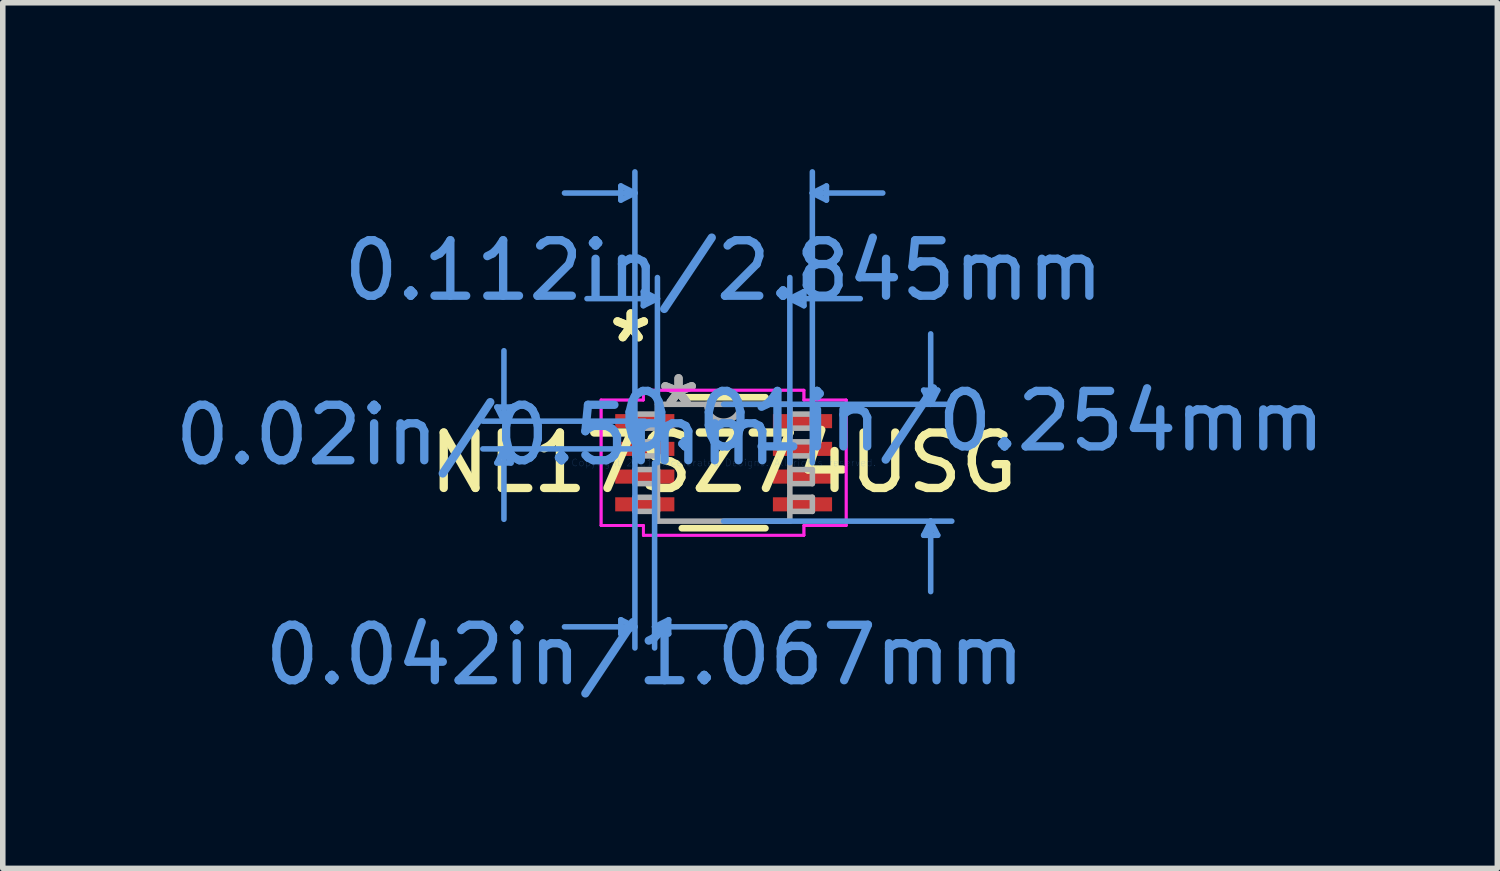
<source format=kicad_pcb>
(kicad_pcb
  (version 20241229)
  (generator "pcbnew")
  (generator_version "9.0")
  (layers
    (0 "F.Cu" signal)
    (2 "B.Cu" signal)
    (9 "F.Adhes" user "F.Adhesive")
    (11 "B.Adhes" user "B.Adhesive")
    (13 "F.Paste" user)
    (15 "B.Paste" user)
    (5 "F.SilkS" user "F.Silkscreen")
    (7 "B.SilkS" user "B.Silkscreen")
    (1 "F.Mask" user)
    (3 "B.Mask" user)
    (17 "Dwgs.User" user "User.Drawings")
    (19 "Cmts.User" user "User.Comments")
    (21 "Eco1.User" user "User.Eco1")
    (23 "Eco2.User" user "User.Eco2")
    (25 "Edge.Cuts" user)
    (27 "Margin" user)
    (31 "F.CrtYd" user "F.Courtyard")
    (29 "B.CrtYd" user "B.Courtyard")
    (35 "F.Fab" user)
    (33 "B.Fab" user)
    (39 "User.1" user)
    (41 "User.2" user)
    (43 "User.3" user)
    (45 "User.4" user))
  (footprint "NL17SZ74USG"
    (layer "F.Cu")
    (at 10 5.295)
    (property "Reference" "NL17SZ74USG" (at 0 0 0) (layer "F.SilkS") (effects (font (size 1 1) (thickness 0.15))))
    (attr through_hole)
    (fp_line (start -0.754 1.181) (end 0.754 1.181) (stroke (width 0.12) (type solid)) (layer "F.SilkS"))
    (fp_line (start 0.754 -1.181) (end -0.754 -1.181) (stroke (width 0.12) (type solid)) (layer "F.SilkS"))
    (fp_line (start -4.089 -1.004) (end -3.835 -1.004) (stroke (width 0.1) (type solid)) (layer "Cmts.User"))
    (fp_line (start -4.089 0.004) (end -3.835 0.004) (stroke (width 0.1) (type solid)) (layer "Cmts.User"))
    (fp_line (start -3.962 -0.75) (end -4.089 -1.004) (stroke (width 0.1) (type solid)) (layer "Cmts.User"))
    (fp_line (start -3.962 -0.75) (end -3.962 -2.02) (stroke (width 0.1) (type solid)) (layer "Cmts.User"))
    (fp_line (start -3.962 -0.75) (end -3.835 -1.004) (stroke (width 0.1) (type solid)) (layer "Cmts.User"))
    (fp_line (start -3.962 -0.25) (end -4.089 0.004) (stroke (width 0.1) (type solid)) (layer "Cmts.User"))
    (fp_line (start -3.962 -0.25) (end -3.962 1.02) (stroke (width 0.1) (type solid)) (layer "Cmts.User"))
    (fp_line (start -3.962 -0.25) (end -3.835 0.004) (stroke (width 0.1) (type solid)) (layer "Cmts.User"))
    (fp_line (start -1.854 -4.991) (end -1.854 -4.737) (stroke (width 0.1) (type solid)) (layer "Cmts.User"))
    (fp_line (start -1.854 2.832) (end -1.854 3.086) (stroke (width 0.1) (type solid)) (layer "Cmts.User"))
    (fp_line (start -1.6 -4.864) (end -2.87 -4.864) (stroke (width 0.1) (type solid)) (layer "Cmts.User"))
    (fp_line (start -1.6 -4.864) (end -1.854 -4.991) (stroke (width 0.1) (type solid)) (layer "Cmts.User"))
    (fp_line (start -1.6 -4.864) (end -1.854 -4.737) (stroke (width 0.1) (type solid)) (layer "Cmts.User"))
    (fp_line (start -1.6 0) (end -1.6 -5.245) (stroke (width 0.1) (type solid)) (layer "Cmts.User"))
    (fp_line (start -1.6 0) (end -1.6 3.34) (stroke (width 0.1) (type solid)) (layer "Cmts.User"))
    (fp_line (start -1.6 2.959) (end -2.87 2.959) (stroke (width 0.1) (type solid)) (layer "Cmts.User"))
    (fp_line (start -1.6 2.959) (end -1.854 2.832) (stroke (width 0.1) (type solid)) (layer "Cmts.User"))
    (fp_line (start -1.6 2.959) (end -1.854 3.086) (stroke (width 0.1) (type solid)) (layer "Cmts.User"))
    (fp_line (start -1.448 -3.086) (end -1.448 -2.832) (stroke (width 0.1) (type solid)) (layer "Cmts.User"))
    (fp_line (start -1.422 -0.75) (end -4.343 -0.75) (stroke (width 0.1) (type solid)) (layer "Cmts.User"))
    (fp_line (start -1.422 -0.25) (end -4.343 -0.25) (stroke (width 0.1) (type solid)) (layer "Cmts.User"))
    (fp_line (start -1.245 0) (end -1.245 3.34) (stroke (width 0.1) (type solid)) (layer "Cmts.User"))
    (fp_line (start -1.245 2.959) (end -0.991 2.832) (stroke (width 0.1) (type solid)) (layer "Cmts.User"))
    (fp_line (start -1.245 2.959) (end -0.991 3.086) (stroke (width 0.1) (type solid)) (layer "Cmts.User"))
    (fp_line (start -1.245 2.959) (end 0.025 2.959) (stroke (width 0.1) (type solid)) (layer "Cmts.User"))
    (fp_line (start -1.194 -2.959) (end -2.464 -2.959) (stroke (width 0.1) (type solid)) (layer "Cmts.User"))
    (fp_line (start -1.194 -2.959) (end -1.448 -3.086) (stroke (width 0.1) (type solid)) (layer "Cmts.User"))
    (fp_line (start -1.194 -2.959) (end -1.448 -2.832) (stroke (width 0.1) (type solid)) (layer "Cmts.User"))
    (fp_line (start -1.194 0) (end -1.194 -3.34) (stroke (width 0.1) (type solid)) (layer "Cmts.User"))
    (fp_line (start -0.991 2.832) (end -0.991 3.086) (stroke (width 0.1) (type solid)) (layer "Cmts.User"))
    (fp_line (start 0 -1.054) (end 4.115 -1.054) (stroke (width 0.1) (type solid)) (layer "Cmts.User"))
    (fp_line (start 0 1.054) (end 4.115 1.054) (stroke (width 0.1) (type solid)) (layer "Cmts.User"))
    (fp_line (start 1.194 -2.959) (end 1.448 -3.086) (stroke (width 0.1) (type solid)) (layer "Cmts.User"))
    (fp_line (start 1.194 -2.959) (end 1.448 -2.832) (stroke (width 0.1) (type solid)) (layer "Cmts.User"))
    (fp_line (start 1.194 -2.959) (end 2.464 -2.959) (stroke (width 0.1) (type solid)) (layer "Cmts.User"))
    (fp_line (start 1.194 0) (end 1.194 -3.34) (stroke (width 0.1) (type solid)) (layer "Cmts.User"))
    (fp_line (start 1.448 -3.086) (end 1.448 -2.832) (stroke (width 0.1) (type solid)) (layer "Cmts.User"))
    (fp_line (start 1.6 -4.864) (end 1.854 -4.991) (stroke (width 0.1) (type solid)) (layer "Cmts.User"))
    (fp_line (start 1.6 -4.864) (end 1.854 -4.737) (stroke (width 0.1) (type solid)) (layer "Cmts.User"))
    (fp_line (start 1.6 -4.864) (end 2.87 -4.864) (stroke (width 0.1) (type solid)) (layer "Cmts.User"))
    (fp_line (start 1.6 0) (end 1.6 -5.245) (stroke (width 0.1) (type solid)) (layer "Cmts.User"))
    (fp_line (start 1.854 -4.991) (end 1.854 -4.737) (stroke (width 0.1) (type solid)) (layer "Cmts.User"))
    (fp_line (start 3.607 -1.308) (end 3.861 -1.308) (stroke (width 0.1) (type solid)) (layer "Cmts.User"))
    (fp_line (start 3.607 1.308) (end 3.861 1.308) (stroke (width 0.1) (type solid)) (layer "Cmts.User"))
    (fp_line (start 3.734 -1.054) (end 3.607 -1.308) (stroke (width 0.1) (type solid)) (layer "Cmts.User"))
    (fp_line (start 3.734 -1.054) (end 3.734 -2.324) (stroke (width 0.1) (type solid)) (layer "Cmts.User"))
    (fp_line (start 3.734 -1.054) (end 3.861 -1.308) (stroke (width 0.1) (type solid)) (layer "Cmts.User"))
    (fp_line (start 3.734 1.054) (end 3.607 1.308) (stroke (width 0.1) (type solid)) (layer "Cmts.User"))
    (fp_line (start 3.734 1.054) (end 3.734 2.324) (stroke (width 0.1) (type solid)) (layer "Cmts.User"))
    (fp_line (start 3.734 1.054) (end 3.861 1.308) (stroke (width 0.1) (type solid)) (layer "Cmts.User"))
    (fp_line (start -2.21 -1.131) (end -1.448 -1.131) (stroke (width 0.05) (type solid)) (layer "F.CrtYd"))
    (fp_line (start -2.21 -1.131) (end -1.448 -1.131) (stroke (width 0.05) (type solid)) (layer "F.CrtYd"))
    (fp_line (start -2.21 1.131) (end -2.21 -1.131) (stroke (width 0.05) (type solid)) (layer "F.CrtYd"))
    (fp_line (start -2.21 1.131) (end -2.21 -1.131) (stroke (width 0.05) (type solid)) (layer "F.CrtYd"))
    (fp_line (start -2.21 1.131) (end -1.448 1.131) (stroke (width 0.05) (type solid)) (layer "F.CrtYd"))
    (fp_line (start -1.448 -1.308) (end 1.448 -1.308) (stroke (width 0.05) (type solid)) (layer "F.CrtYd"))
    (fp_line (start -1.448 -1.308) (end 1.448 -1.308) (stroke (width 0.05) (type solid)) (layer "F.CrtYd"))
    (fp_line (start -1.448 -1.131) (end -1.448 -1.308) (stroke (width 0.05) (type solid)) (layer "F.CrtYd"))
    (fp_line (start -1.448 -1.131) (end -1.448 -1.308) (stroke (width 0.05) (type solid)) (layer "F.CrtYd"))
    (fp_line (start -1.448 1.131) (end -2.21 1.131) (stroke (width 0.05) (type solid)) (layer "F.CrtYd"))
    (fp_line (start -1.448 1.308) (end -1.448 1.131) (stroke (width 0.05) (type solid)) (layer "F.CrtYd"))
    (fp_line (start -1.448 1.308) (end -1.448 1.131) (stroke (width 0.05) (type solid)) (layer "F.CrtYd"))
    (fp_line (start 1.448 -1.308) (end 1.448 -1.131) (stroke (width 0.05) (type solid)) (layer "F.CrtYd"))
    (fp_line (start 1.448 -1.308) (end 1.448 -1.131) (stroke (width 0.05) (type solid)) (layer "F.CrtYd"))
    (fp_line (start 1.448 -1.131) (end 2.21 -1.131) (stroke (width 0.05) (type solid)) (layer "F.CrtYd"))
    (fp_line (start 1.448 1.131) (end 1.448 1.308) (stroke (width 0.05) (type solid)) (layer "F.CrtYd"))
    (fp_line (start 1.448 1.131) (end 1.448 1.308) (stroke (width 0.05) (type solid)) (layer "F.CrtYd"))
    (fp_line (start 1.448 1.308) (end -1.448 1.308) (stroke (width 0.05) (type solid)) (layer "F.CrtYd"))
    (fp_line (start 1.448 1.308) (end -1.448 1.308) (stroke (width 0.05) (type solid)) (layer "F.CrtYd"))
    (fp_line (start 2.21 -1.131) (end 1.448 -1.131) (stroke (width 0.05) (type solid)) (layer "F.CrtYd"))
    (fp_line (start 2.21 -1.131) (end 2.21 1.131) (stroke (width 0.05) (type solid)) (layer "F.CrtYd"))
    (fp_line (start 2.21 -1.131) (end 2.21 1.131) (stroke (width 0.05) (type solid)) (layer "F.CrtYd"))
    (fp_line (start 2.21 1.131) (end 1.448 1.131) (stroke (width 0.05) (type solid)) (layer "F.CrtYd"))
    (fp_line (start 2.21 1.131) (end 1.448 1.131) (stroke (width 0.05) (type solid)) (layer "F.CrtYd"))
    (fp_line (start -1.6 -0.877) (end -1.6 -0.623) (stroke (width 0.1) (type solid)) (layer "F.Fab"))
    (fp_line (start -1.6 -0.623) (end -1.194 -0.623) (stroke (width 0.1) (type solid)) (layer "F.Fab"))
    (fp_line (start -1.6 -0.377) (end -1.6 -0.123) (stroke (width 0.1) (type solid)) (layer "F.Fab"))
    (fp_line (start -1.6 -0.123) (end -1.194 -0.123) (stroke (width 0.1) (type solid)) (layer "F.Fab"))
    (fp_line (start -1.6 0.123) (end -1.6 0.377) (stroke (width 0.1) (type solid)) (layer "F.Fab"))
    (fp_line (start -1.6 0.377) (end -1.194 0.377) (stroke (width 0.1) (type solid)) (layer "F.Fab"))
    (fp_line (start -1.6 0.623) (end -1.6 0.877) (stroke (width 0.1) (type solid)) (layer "F.Fab"))
    (fp_line (start -1.6 0.877) (end -1.194 0.877) (stroke (width 0.1) (type solid)) (layer "F.Fab"))
    (fp_line (start -1.194 -1.054) (end -1.194 1.054) (stroke (width 0.1) (type solid)) (layer "F.Fab"))
    (fp_line (start -1.194 -0.877) (end -1.6 -0.877) (stroke (width 0.1) (type solid)) (layer "F.Fab"))
    (fp_line (start -1.194 -0.623) (end -1.194 -0.877) (stroke (width 0.1) (type solid)) (layer "F.Fab"))
    (fp_line (start -1.194 -0.377) (end -1.6 -0.377) (stroke (width 0.1) (type solid)) (layer "F.Fab"))
    (fp_line (start -1.194 -0.123) (end -1.194 -0.377) (stroke (width 0.1) (type solid)) (layer "F.Fab"))
    (fp_line (start -1.194 0.123) (end -1.6 0.123) (stroke (width 0.1) (type solid)) (layer "F.Fab"))
    (fp_line (start -1.194 0.377) (end -1.194 0.123) (stroke (width 0.1) (type solid)) (layer "F.Fab"))
    (fp_line (start -1.194 0.623) (end -1.6 0.623) (stroke (width 0.1) (type solid)) (layer "F.Fab"))
    (fp_line (start -1.194 0.877) (end -1.194 0.623) (stroke (width 0.1) (type solid)) (layer "F.Fab"))
    (fp_line (start -1.194 1.054) (end 1.194 1.054) (stroke (width 0.1) (type solid)) (layer "F.Fab"))
    (fp_line (start 1.194 -1.054) (end -1.194 -1.054) (stroke (width 0.1) (type solid)) (layer "F.Fab"))
    (fp_line (start 1.194 -0.877) (end 1.194 -0.623) (stroke (width 0.1) (type solid)) (layer "F.Fab"))
    (fp_line (start 1.194 -0.623) (end 1.6 -0.623) (stroke (width 0.1) (type solid)) (layer "F.Fab"))
    (fp_line (start 1.194 -0.377) (end 1.194 -0.123) (stroke (width 0.1) (type solid)) (layer "F.Fab"))
    (fp_line (start 1.194 -0.123) (end 1.6 -0.123) (stroke (width 0.1) (type solid)) (layer "F.Fab"))
    (fp_line (start 1.194 0.123) (end 1.194 0.377) (stroke (width 0.1) (type solid)) (layer "F.Fab"))
    (fp_line (start 1.194 0.377) (end 1.6 0.377) (stroke (width 0.1) (type solid)) (layer "F.Fab"))
    (fp_line (start 1.194 0.623) (end 1.194 0.877) (stroke (width 0.1) (type solid)) (layer "F.Fab"))
    (fp_line (start 1.194 0.877) (end 1.6 0.877) (stroke (width 0.1) (type solid)) (layer "F.Fab"))
    (fp_line (start 1.194 1.054) (end 1.194 -1.054) (stroke (width 0.1) (type solid)) (layer "F.Fab"))
    (fp_line (start 1.6 -0.877) (end 1.194 -0.877) (stroke (width 0.1) (type solid)) (layer "F.Fab"))
    (fp_line (start 1.6 -0.623) (end 1.6 -0.877) (stroke (width 0.1) (type solid)) (layer "F.Fab"))
    (fp_line (start 1.6 -0.377) (end 1.194 -0.377) (stroke (width 0.1) (type solid)) (layer "F.Fab"))
    (fp_line (start 1.6 -0.123) (end 1.6 -0.377) (stroke (width 0.1) (type solid)) (layer "F.Fab"))
    (fp_line (start 1.6 0.123) (end 1.194 0.123) (stroke (width 0.1) (type solid)) (layer "F.Fab"))
    (fp_line (start 1.6 0.377) (end 1.6 0.123) (stroke (width 0.1) (type solid)) (layer "F.Fab"))
    (fp_line (start 1.6 0.623) (end 1.194 0.623) (stroke (width 0.1) (type solid)) (layer "F.Fab"))
    (fp_line (start 1.6 0.877) (end 1.6 0.623) (stroke (width 0.1) (type solid)) (layer "F.Fab"))
    (fp_arc (start 0.3048 -1.0541) (mid 0 -0.7493) (end -0.3048 -1.0541) (stroke (width 0.1) (type solid)) (layer "F.Fab"))
    (fp_text user "*" (at -1.676 -2.147 0) (layer "F.SilkS") (effects (font (size 1 1) (thickness 0.15))))
    (fp_text user "*" (at -1.676 -2.147 0) (layer "F.SilkS") (effects (font (size 1 1) (thickness 0.15))))
    (fp_text user "0.042in/1.067mm" (at -1.422 3.467 0) (layer "Cmts.User") (effects (font (size 1 1) (thickness 0.15))))
    (fp_text user "0.112in/2.845mm" (at 0 -3.467 0) (layer "Cmts.User") (effects (font (size 1 1) (thickness 0.15))))
    (fp_text user "0.02in/0.5mm" (at -4.47 -0.5 0) (layer "Cmts.User") (effects (font (size 1 1) (thickness 0.15))))
    (fp_text user "Copyright 2021 Accelerated Designs. All rights reserved." (at 0 0 0) (layer "Cmts.User") (effects (font (size 0.127 0.127) (thickness 0.002))))
    (fp_text user "0.01in/0.254mm" (at 4.47 -0.75 0) (layer "Cmts.User") (effects (font (size 1 1) (thickness 0.15))))
    (fp_text user "*" (at -0.813 -0.978 0) (layer "F.Fab") (effects (font (size 1 1) (thickness 0.15))))
    (fp_text user "*" (at -0.813 -0.978 0) (layer "F.Fab") (effects (font (size 1 1) (thickness 0.15))))
    (pad "1" smd rect (at -1.422 -0.75) (size 1.067 0.254) (layers "F.Cu" "F.Mask" "F.Paste"))
    (pad "2" smd rect (at -1.422 -0.25) (size 1.067 0.254) (layers "F.Cu" "F.Mask" "F.Paste"))
    (pad "3" smd rect (at -1.422 0.25) (size 1.067 0.254) (layers "F.Cu" "F.Mask" "F.Paste"))
    (pad "4" smd rect (at -1.422 0.75) (size 1.067 0.254) (layers "F.Cu" "F.Mask" "F.Paste"))
    (pad "5" smd rect (at 1.422 0.75) (size 1.067 0.254) (layers "F.Cu" "F.Mask" "F.Paste"))
    (pad "6" smd rect (at 1.422 0.25) (size 1.067 0.254) (layers "F.Cu" "F.Mask" "F.Paste"))
    (pad "7" smd rect (at 1.422 -0.25) (size 1.067 0.254) (layers "F.Cu" "F.Mask" "F.Paste"))
    (pad "8" smd rect (at 1.422 -0.75) (size 1.067 0.254) (layers "F.Cu" "F.Mask" "F.Paste")))
  (gr_rect
    (start -3 -3)
    (end 23.953 12.61)
    (stroke (width 0.1) (type default))
    (fill no)
    (layer "Edge.Cuts")))
</source>
